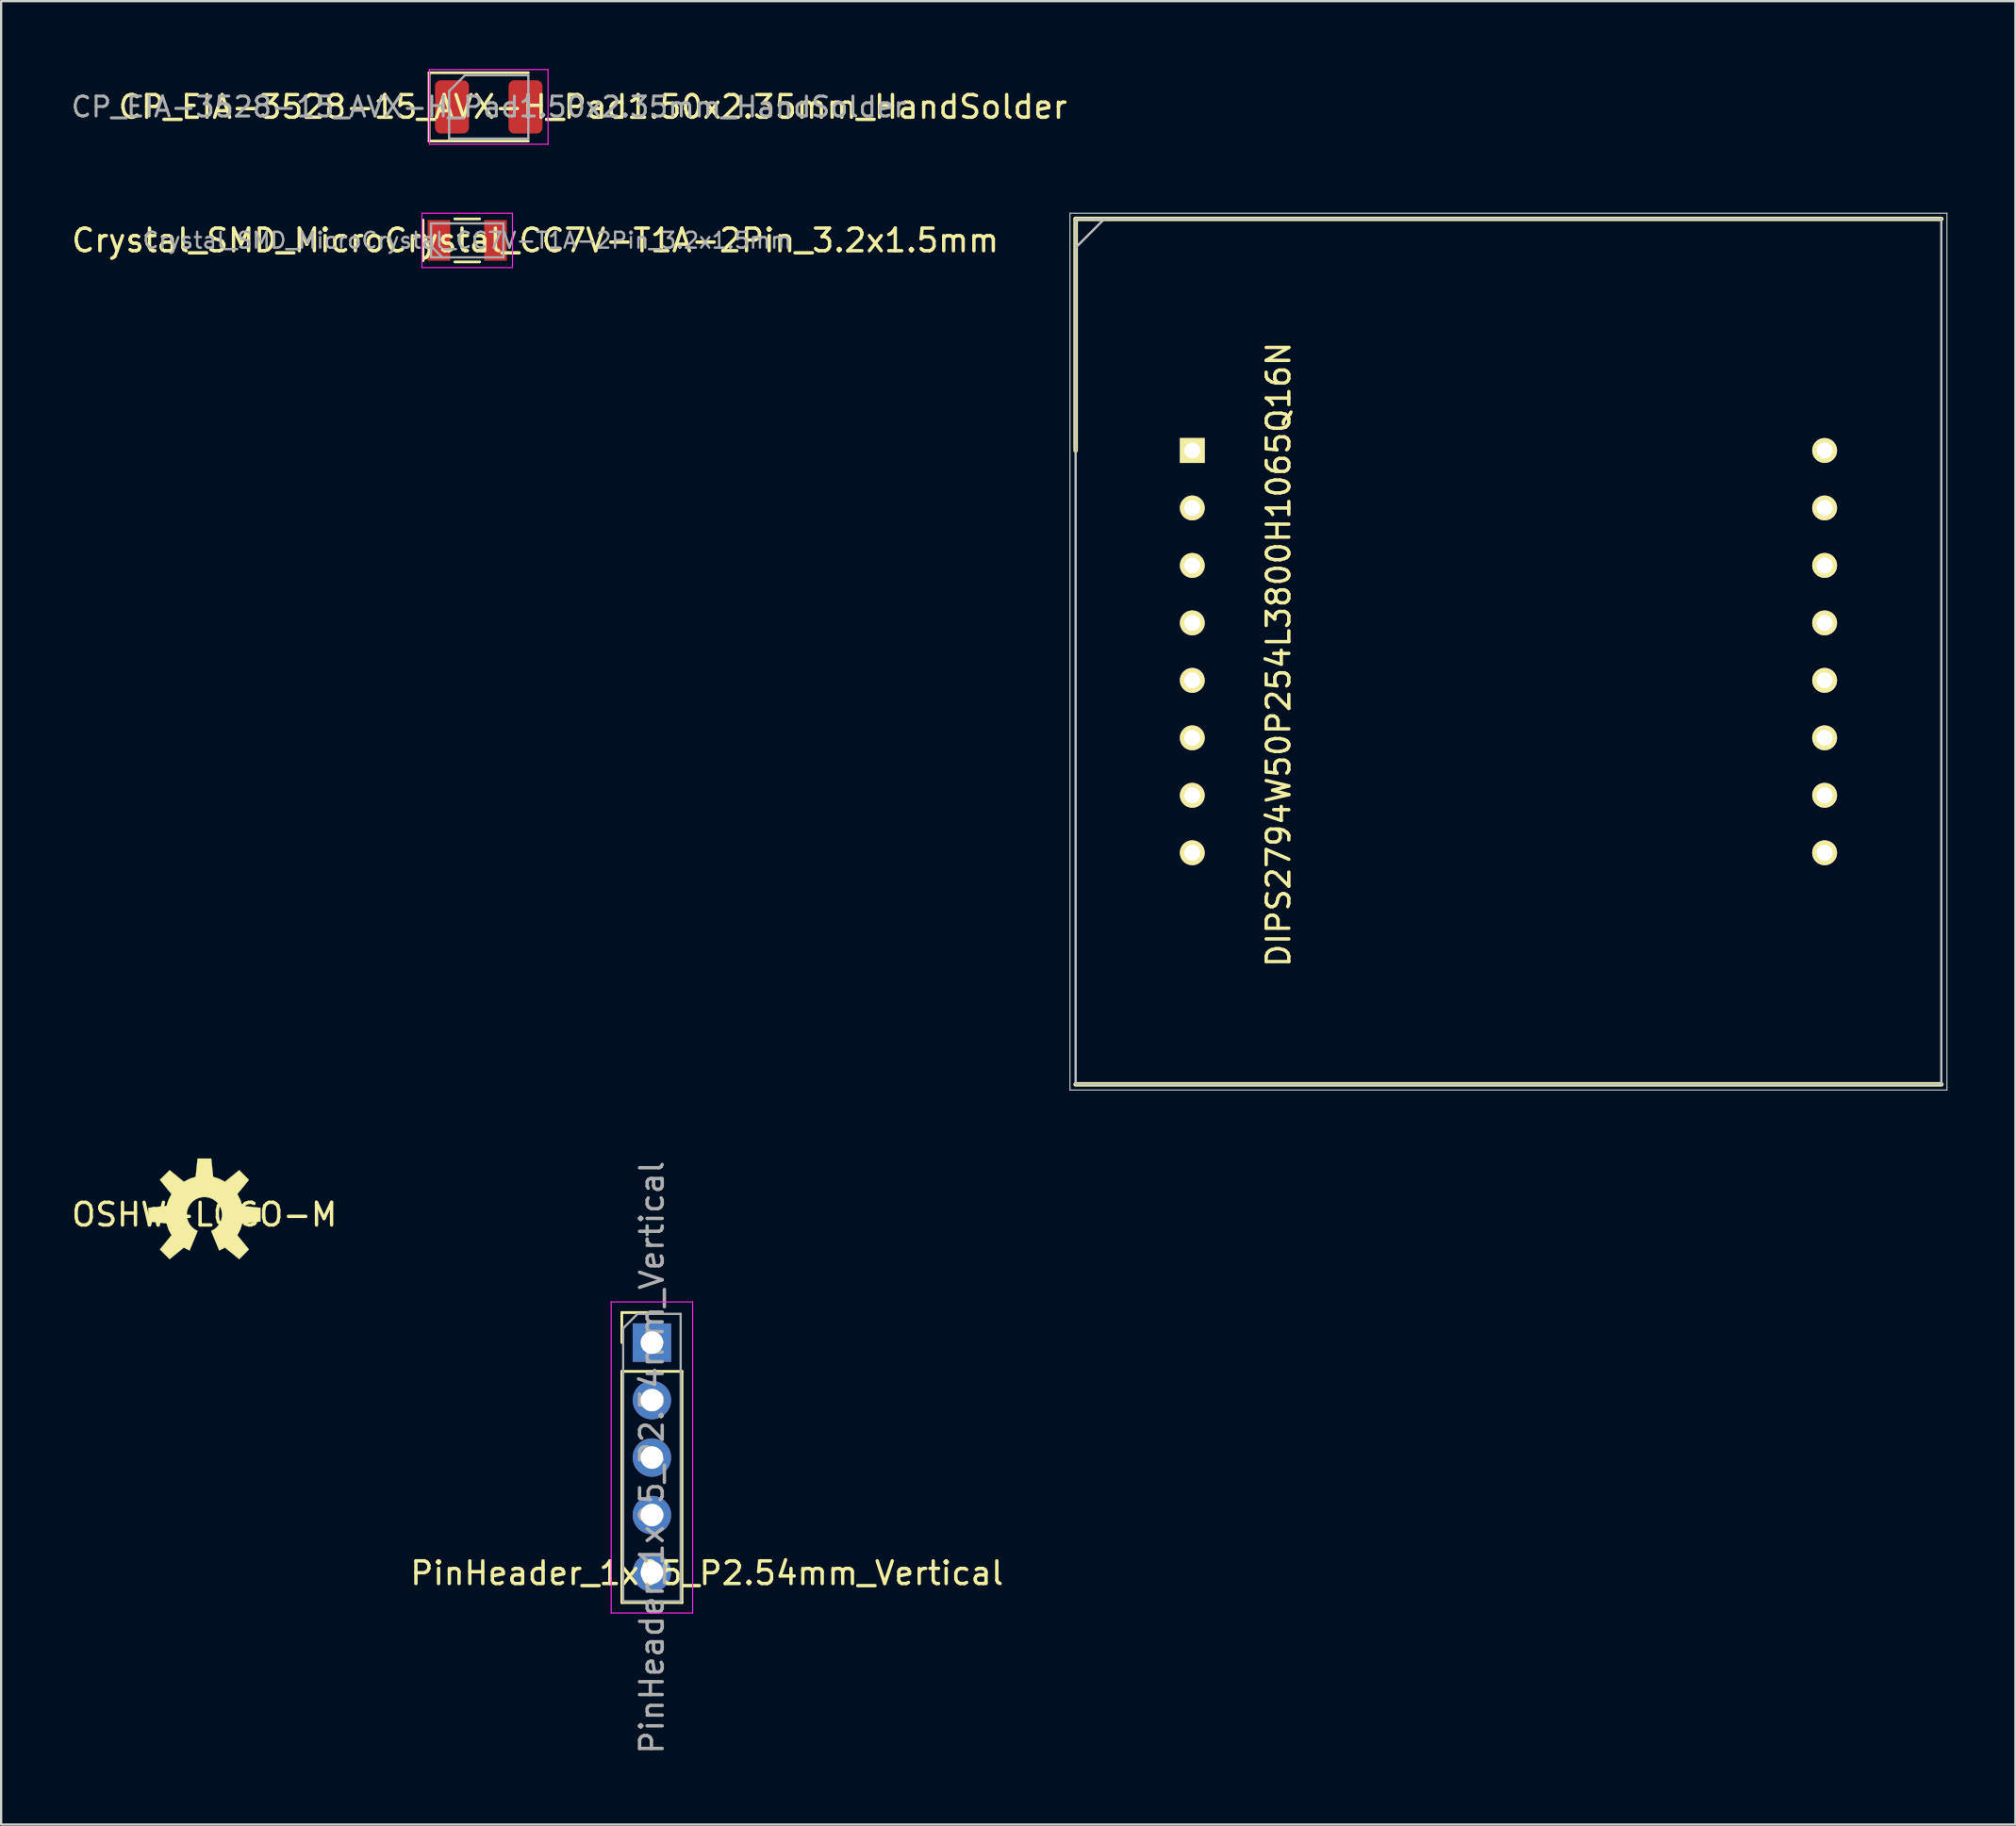
<source format=kicad_pcb>
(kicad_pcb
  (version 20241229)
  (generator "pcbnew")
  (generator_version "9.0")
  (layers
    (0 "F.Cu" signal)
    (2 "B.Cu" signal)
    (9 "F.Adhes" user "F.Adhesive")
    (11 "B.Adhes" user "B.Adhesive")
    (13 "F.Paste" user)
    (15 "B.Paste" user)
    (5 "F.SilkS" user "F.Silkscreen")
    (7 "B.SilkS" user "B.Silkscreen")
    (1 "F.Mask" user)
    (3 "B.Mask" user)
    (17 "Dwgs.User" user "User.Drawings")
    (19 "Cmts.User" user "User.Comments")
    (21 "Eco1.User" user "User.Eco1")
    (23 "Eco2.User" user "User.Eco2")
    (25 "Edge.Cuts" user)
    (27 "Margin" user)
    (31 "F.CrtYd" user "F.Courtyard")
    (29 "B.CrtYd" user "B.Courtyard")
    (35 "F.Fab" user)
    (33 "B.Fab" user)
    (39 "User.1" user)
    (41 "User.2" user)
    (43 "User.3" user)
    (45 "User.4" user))
  (footprint "OSHW-LOGO-M"
    (layer "F.Cu")
    (at 5.982 50.634)
    (property "Reference" "OSHW-LOGO-M" (at 0 0 0) (layer "F.SilkS") (effects (font (size 1 1) (thickness 0.15))))
    (attr exclude_from_pos_files exclude_from_bom)
    (fp_poly (pts (xy 0.655 1.587) (xy 0.909 1.455) (xy 1.537 1.968) (xy 1.968 1.537) (xy 1.455 0.909) (xy 1.587 0.655) (xy 1.674 0.386) (xy 2.479 0.302) (xy 2.479 -0.302) (xy 1.674 -0.386) (xy 1.587 -0.655) (xy 1.455 -0.909) (xy 1.968 -1.537) (xy 1.537 -1.968) (xy 0.909 -1.455) (xy 0.655 -1.587) (xy 0.386 -1.674) (xy 0.302 -2.479) (xy -0.302 -2.479) (xy -0.386 -1.674) (xy -0.655 -1.587) (xy -0.909 -1.455) (xy -1.537 -1.968) (xy -1.968 -1.537) (xy -1.455 -0.909) (xy -1.587 -0.655) (xy -1.674 -0.386) (xy -2.479 -0.302) (xy -2.479 0.302) (xy -1.674 0.386) (xy -1.587 0.655) (xy -1.455 0.909) (xy -1.968 1.537) (xy -1.537 1.968) (xy -0.909 1.455) (xy -0.655 1.587) (xy -0.297 0.721) (xy -0.432 0.648) (xy -0.551 0.551) (xy -0.648 0.432) (xy -0.721 0.297) (xy -0.765 0.152) (xy -0.78 0) (xy -0.765 -0.157) (xy -0.714 -0.312) (xy -0.635 -0.45) (xy -0.531 -0.572) (xy -0.401 -0.668) (xy -0.257 -0.737) (xy -0.102 -0.772) (xy 0.056 -0.777) (xy 0.216 -0.749) (xy 0.363 -0.688) (xy 0.498 -0.599) (xy 0.61 -0.485) (xy 0.696 -0.351) (xy 0.754 -0.201) (xy 0.78 -0.043) (xy 0.772 0.114) (xy 0.732 0.269) (xy 0.66 0.414) (xy 0.561 0.541) (xy 0.439 0.645) (xy 0.297 0.721)) (stroke (width 0.01) (type solid)) (fill yes) (layer "F.SilkS")))
  (footprint "PinHeader_1x05_P2.54mm_Vertical"
    (layer "F.Cu")
    (at 25.755 56.29)
    (property "Reference" "PinHeader_1x05_P2.54mm_Vertical" (at 2.43 10.19 0) (layer "F.SilkS") (effects (font (size 1 1) (thickness 0.15))))
    (attr through_hole)
    (fp_line (start -1.33 -1.33) (end 0 -1.33) (stroke (width 0.12) (type solid)) (layer "F.SilkS"))
    (fp_line (start -1.33 0) (end -1.33 -1.33) (stroke (width 0.12) (type solid)) (layer "F.SilkS"))
    (fp_line (start -1.33 1.27) (end -1.33 11.49) (stroke (width 0.12) (type solid)) (layer "F.SilkS"))
    (fp_line (start -1.33 1.27) (end 1.33 1.27) (stroke (width 0.12) (type solid)) (layer "F.SilkS"))
    (fp_line (start -1.33 11.49) (end 1.33 11.49) (stroke (width 0.12) (type solid)) (layer "F.SilkS"))
    (fp_line (start 1.33 1.27) (end 1.33 11.49) (stroke (width 0.12) (type solid)) (layer "F.SilkS"))
    (fp_line (start -1.8 -1.8) (end -1.8 11.95) (stroke (width 0.05) (type solid)) (layer "F.CrtYd"))
    (fp_line (start -1.8 11.95) (end 1.8 11.95) (stroke (width 0.05) (type solid)) (layer "F.CrtYd"))
    (fp_line (start 1.8 -1.8) (end -1.8 -1.8) (stroke (width 0.05) (type solid)) (layer "F.CrtYd"))
    (fp_line (start 1.8 11.95) (end 1.8 -1.8) (stroke (width 0.05) (type solid)) (layer "F.CrtYd"))
    (fp_line (start -1.27 -0.635) (end -0.635 -1.27) (stroke (width 0.1) (type solid)) (layer "F.Fab"))
    (fp_line (start -1.27 11.43) (end -1.27 -0.635) (stroke (width 0.1) (type solid)) (layer "F.Fab"))
    (fp_line (start -0.635 -1.27) (end 1.27 -1.27) (stroke (width 0.1) (type solid)) (layer "F.Fab"))
    (fp_line (start 1.27 -1.27) (end 1.27 11.43) (stroke (width 0.1) (type solid)) (layer "F.Fab"))
    (fp_line (start 1.27 11.43) (end -1.27 11.43) (stroke (width 0.1) (type solid)) (layer "F.Fab"))
    (fp_text user "${REFERENCE}" (at 0 5.08 90) (layer "F.Fab") (effects (font (size 1 1) (thickness 0.15))))
    (pad "1" thru_hole rect (at 0 0) (size 1.7 1.7) (drill 1) (layers "*.Cu" "*.Mask"))
    (pad "2" thru_hole oval (at 0 2.54) (size 1.7 1.7) (drill 1) (layers "*.Cu" "*.Mask"))
    (pad "3" thru_hole oval (at 0 5.08) (size 1.7 1.7) (drill 1) (layers "*.Cu" "*.Mask"))
    (pad "4" thru_hole oval (at 0 7.62) (size 1.7 1.7) (drill 1) (layers "*.Cu" "*.Mask"))
    (pad "5" thru_hole oval (at 0 10.16) (size 1.7 1.7) (drill 1) (layers "*.Cu" "*.Mask")))
  (footprint "DIPS2794W50P254L3800H1065Q16N"
    (layer "F.Cu")
    (at 49.632 16.86)
    (property "Reference" "DIPS2794W50P254L3800H1065Q16N" (at 3.81 9.017 270) (layer "F.SilkS") (effects (font (size 1 1) (thickness 0.15))))
    (attr through_hole)
    (fp_line (start -5.155 -10.235) (end -5.155 0) (stroke (width 0.2) (type solid)) (layer "F.SilkS"))
    (fp_line (start -5.155 28.015) (end 33.095 28.015) (stroke (width 0.2) (type solid)) (layer "F.SilkS"))
    (fp_line (start 33.095 -10.235) (end -5.155 -10.235) (stroke (width 0.2) (type solid)) (layer "F.SilkS"))
    (fp_line (start -5.405 -10.485) (end 33.345 -10.485) (stroke (width 0.05) (type solid)) (layer "Dwgs.User"))
    (fp_line (start -5.405 28.265) (end -5.405 -10.485) (stroke (width 0.05) (type solid)) (layer "Dwgs.User"))
    (fp_line (start -5.155 -10.235) (end 33.095 -10.235) (stroke (width 0.1) (type solid)) (layer "Dwgs.User"))
    (fp_line (start -5.155 -8.965) (end -3.885 -10.235) (stroke (width 0.1) (type solid)) (layer "Dwgs.User"))
    (fp_line (start -5.155 28.015) (end -5.155 -10.235) (stroke (width 0.1) (type solid)) (layer "Dwgs.User"))
    (fp_line (start 33.095 -10.235) (end 33.095 28.015) (stroke (width 0.1) (type solid)) (layer "Dwgs.User"))
    (fp_line (start 33.095 28.015) (end -5.155 28.015) (stroke (width 0.1) (type solid)) (layer "Dwgs.User"))
    (fp_line (start 33.345 -10.485) (end 33.345 28.265) (stroke (width 0.05) (type solid)) (layer "Dwgs.User"))
    (fp_line (start 33.345 28.265) (end -5.405 28.265) (stroke (width 0.05) (type solid)) (layer "Dwgs.User"))
    (pad "1" thru_hole rect (at 0 0 90) (size 1.1 1.1) (drill 0.7) (layers "*.Cu" "*.Mask" "F.SilkS"))
    (pad "2" thru_hole circle (at 0 2.54 90) (size 1.1 1.1) (drill 0.7) (layers "*.Cu" "*.Mask" "F.SilkS"))
    (pad "3" thru_hole circle (at 0 5.08 90) (size 1.1 1.1) (drill 0.7) (layers "*.Cu" "*.Mask" "F.SilkS"))
    (pad "4" thru_hole circle (at 0 7.62 90) (size 1.1 1.1) (drill 0.7) (layers "*.Cu" "*.Mask" "F.SilkS"))
    (pad "5" thru_hole circle (at 0 10.16 90) (size 1.1 1.1) (drill 0.7) (layers "*.Cu" "*.Mask" "F.SilkS"))
    (pad "6" thru_hole circle (at 0 12.7 90) (size 1.1 1.1) (drill 0.7) (layers "*.Cu" "*.Mask" "F.SilkS"))
    (pad "7" thru_hole circle (at 0 15.24 90) (size 1.1 1.1) (drill 0.7) (layers "*.Cu" "*.Mask" "F.SilkS"))
    (pad "8" thru_hole circle (at 0 17.78 90) (size 1.1 1.1) (drill 0.7) (layers "*.Cu" "*.Mask" "F.SilkS"))
    (pad "9" thru_hole circle (at 27.94 17.78 90) (size 1.1 1.1) (drill 0.7) (layers "*.Cu" "*.Mask" "F.SilkS"))
    (pad "10" thru_hole circle (at 27.94 15.24 90) (size 1.1 1.1) (drill 0.7) (layers "*.Cu" "*.Mask" "F.SilkS"))
    (pad "11" thru_hole circle (at 27.94 12.7 90) (size 1.1 1.1) (drill 0.7) (layers "*.Cu" "*.Mask" "F.SilkS"))
    (pad "12" thru_hole circle (at 27.94 10.16 90) (size 1.1 1.1) (drill 0.7) (layers "*.Cu" "*.Mask" "F.SilkS"))
    (pad "13" thru_hole circle (at 27.94 7.62 90) (size 1.1 1.1) (drill 0.7) (layers "*.Cu" "*.Mask" "F.SilkS"))
    (pad "14" thru_hole circle (at 27.94 5.08 90) (size 1.1 1.1) (drill 0.7) (layers "*.Cu" "*.Mask" "F.SilkS"))
    (pad "15" thru_hole circle (at 27.94 2.54 90) (size 1.1 1.1) (drill 0.7) (layers "*.Cu" "*.Mask" "F.SilkS"))
    (pad "16" thru_hole circle (at 27.94 0 90) (size 1.1 1.1) (drill 0.7) (layers "*.Cu" "*.Mask" "F.SilkS")))
  (footprint "CP_EIA-3528-15_AVX-H_Pad1.50x2.35mm_HandSolder"
    (layer "F.Cu")
    (at 18.545 1.675)
    (property "Reference" "CP_EIA-3528-15_AVX-H_Pad1.50x2.35mm_HandSolder" (at 4.6 0 0) (layer "F.SilkS") (effects (font (size 1 1) (thickness 0.15))))
    (attr smd)
    (fp_line (start -2.635 -1.51) (end -2.635 1.51) (stroke (width 0.12) (type solid)) (layer "F.SilkS"))
    (fp_line (start -2.635 1.51) (end 1.75 1.51) (stroke (width 0.12) (type solid)) (layer "F.SilkS"))
    (fp_line (start 1.75 -1.51) (end -2.635 -1.51) (stroke (width 0.12) (type solid)) (layer "F.SilkS"))
    (fp_line (start -2.62 -1.65) (end 2.62 -1.65) (stroke (width 0.05) (type solid)) (layer "F.CrtYd"))
    (fp_line (start -2.62 1.65) (end -2.62 -1.65) (stroke (width 0.05) (type solid)) (layer "F.CrtYd"))
    (fp_line (start 2.62 -1.65) (end 2.62 1.65) (stroke (width 0.05) (type solid)) (layer "F.CrtYd"))
    (fp_line (start 2.62 1.65) (end -2.62 1.65) (stroke (width 0.05) (type solid)) (layer "F.CrtYd"))
    (fp_line (start -1.75 -0.7) (end -1.75 1.4) (stroke (width 0.1) (type solid)) (layer "F.Fab"))
    (fp_line (start -1.75 1.4) (end 1.75 1.4) (stroke (width 0.1) (type solid)) (layer "F.Fab"))
    (fp_line (start -1.05 -1.4) (end -1.75 -0.7) (stroke (width 0.1) (type solid)) (layer "F.Fab"))
    (fp_line (start 1.75 -1.4) (end -1.05 -1.4) (stroke (width 0.1) (type solid)) (layer "F.Fab"))
    (fp_line (start 1.75 1.4) (end 1.75 -1.4) (stroke (width 0.1) (type solid)) (layer "F.Fab"))
    (fp_text user "${REFERENCE}" (at 0 0 0) (layer "F.Fab") (effects (font (size 0.88 0.88) (thickness 0.13))))
    (pad "1" smd roundrect (at -1.625 0) (size 1.5 2.35) (layers "F.Cu" "F.Mask" "F.Paste") (roundrect_rratio 0.167))
    (pad "2" smd roundrect (at 1.625 0) (size 1.5 2.35) (layers "F.Cu" "F.Mask" "F.Paste") (roundrect_rratio 0.167)))
  (footprint "Crystal_SMD_MicroCrystal_CC7V-T1A-2Pin_3.2x1.5mm"
    (layer "F.Cu")
    (at 17.594 7.575)
    (property "Reference" "Crystal_SMD_MicroCrystal_CC7V-T1A-2Pin_3.2x1.5mm" (at 3.008 0 0) (layer "F.SilkS") (effects (font (size 1 1) (thickness 0.15))))
    (attr smd)
    (fp_line (start -1.95 -0.9) (end -1.95 0.9) (stroke (width 0.12) (type solid)) (layer "F.SilkS"))
    (fp_line (start -0.55 -0.95) (end 0.55 -0.95) (stroke (width 0.12) (type solid)) (layer "F.SilkS"))
    (fp_line (start -0.55 0.95) (end 0.55 0.95) (stroke (width 0.12) (type solid)) (layer "F.SilkS"))
    (fp_line (start -2 -1.2) (end -2 1.2) (stroke (width 0.05) (type solid)) (layer "F.CrtYd"))
    (fp_line (start -2 1.2) (end 2 1.2) (stroke (width 0.05) (type solid)) (layer "F.CrtYd"))
    (fp_line (start 2 -1.2) (end -2 -1.2) (stroke (width 0.05) (type solid)) (layer "F.CrtYd"))
    (fp_line (start 2 1.2) (end 2 -1.2) (stroke (width 0.05) (type solid)) (layer "F.CrtYd"))
    (fp_line (start -1.6 -0.75) (end -1.6 0.75) (stroke (width 0.1) (type solid)) (layer "F.Fab"))
    (fp_line (start -1.6 0.25) (end -1.1 0.75) (stroke (width 0.1) (type solid)) (layer "F.Fab"))
    (fp_line (start -1.6 0.75) (end 1.6 0.75) (stroke (width 0.1) (type solid)) (layer "F.Fab"))
    (fp_line (start 1.6 -0.75) (end -1.6 -0.75) (stroke (width 0.1) (type solid)) (layer "F.Fab"))
    (fp_line (start 1.6 0.75) (end 1.6 -0.75) (stroke (width 0.1) (type solid)) (layer "F.Fab"))
    (fp_text user "${REFERENCE}" (at 0 0 0) (layer "F.Fab") (effects (font (size 0.7 0.7) (thickness 0.105))))
    (pad "1" smd rect (at -1.25 0) (size 1 1.8) (layers "F.Cu" "F.Mask" "F.Paste"))
    (pad "2" smd rect (at 1.25 0) (size 1 1.8) (layers "F.Cu" "F.Mask" "F.Paste")))
  (gr_rect
    (start -3 -3)
    (end 86.002 77.59)
    (stroke (width 0.1) (type default))
    (fill no)
    (layer "Edge.Cuts")))
</source>
